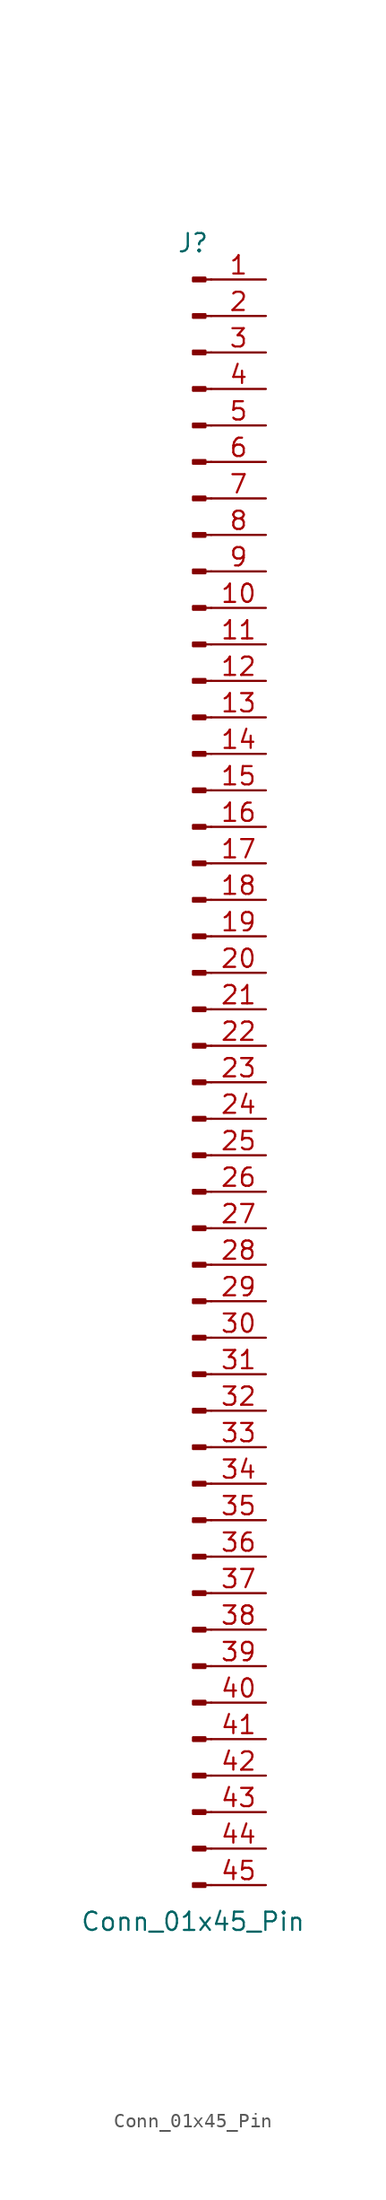
<source format=kicad_sym>
(kicad_symbol_lib
  (version 20220914)
  (generator kicad_symbol_editor)
  (symbol "Conn_01x45_Pin"
    (pin_names
      (offset 1.016) hide)
    (property "Reference" "J"
      (at 0 58.42 0)
      (effects (font (size 1.27 1.27))))
    (property "Value" "Conn_01x45_Pin"
      (at 0 -58.42 0)
      (effects (font (size 1.27 1.27))))
    (property "ki_locked" ""
      (at 0 0 0)
      (effects (font (size 1.27 1.27))))
    (symbol "Conn_01x45_Pin_1_1"
      (polyline (pts (xy 1.27 -55.88) (xy 0.864 -55.88)) (stroke (width 0.152) (type default)) (fill (type none)))
      (polyline (pts (xy 1.27 -53.34) (xy 0.864 -53.34)) (stroke (width 0.152) (type default)) (fill (type none)))
      (polyline (pts (xy 1.27 -50.8) (xy 0.864 -50.8)) (stroke (width 0.152) (type default)) (fill (type none)))
      (polyline (pts (xy 1.27 -48.26) (xy 0.864 -48.26)) (stroke (width 0.152) (type default)) (fill (type none)))
      (polyline (pts (xy 1.27 -45.72) (xy 0.864 -45.72)) (stroke (width 0.152) (type default)) (fill (type none)))
      (polyline (pts (xy 1.27 -43.18) (xy 0.864 -43.18)) (stroke (width 0.152) (type default)) (fill (type none)))
      (polyline (pts (xy 1.27 -40.64) (xy 0.864 -40.64)) (stroke (width 0.152) (type default)) (fill (type none)))
      (polyline (pts (xy 1.27 -38.1) (xy 0.864 -38.1)) (stroke (width 0.152) (type default)) (fill (type none)))
      (polyline (pts (xy 1.27 -35.56) (xy 0.864 -35.56)) (stroke (width 0.152) (type default)) (fill (type none)))
      (polyline (pts (xy 1.27 -33.02) (xy 0.864 -33.02)) (stroke (width 0.152) (type default)) (fill (type none)))
      (polyline (pts (xy 1.27 -30.48) (xy 0.864 -30.48)) (stroke (width 0.152) (type default)) (fill (type none)))
      (polyline (pts (xy 1.27 -27.94) (xy 0.864 -27.94)) (stroke (width 0.152) (type default)) (fill (type none)))
      (polyline (pts (xy 1.27 -25.4) (xy 0.864 -25.4)) (stroke (width 0.152) (type default)) (fill (type none)))
      (polyline (pts (xy 1.27 -22.86) (xy 0.864 -22.86)) (stroke (width 0.152) (type default)) (fill (type none)))
      (polyline (pts (xy 1.27 -20.32) (xy 0.864 -20.32)) (stroke (width 0.152) (type default)) (fill (type none)))
      (polyline (pts (xy 1.27 -17.78) (xy 0.864 -17.78)) (stroke (width 0.152) (type default)) (fill (type none)))
      (polyline (pts (xy 1.27 -15.24) (xy 0.864 -15.24)) (stroke (width 0.152) (type default)) (fill (type none)))
      (polyline (pts (xy 1.27 -12.7) (xy 0.864 -12.7)) (stroke (width 0.152) (type default)) (fill (type none)))
      (polyline (pts (xy 1.27 -10.16) (xy 0.864 -10.16)) (stroke (width 0.152) (type default)) (fill (type none)))
      (polyline (pts (xy 1.27 -7.62) (xy 0.864 -7.62)) (stroke (width 0.152) (type default)) (fill (type none)))
      (polyline (pts (xy 1.27 -5.08) (xy 0.864 -5.08)) (stroke (width 0.152) (type default)) (fill (type none)))
      (polyline (pts (xy 1.27 -2.54) (xy 0.864 -2.54)) (stroke (width 0.152) (type default)) (fill (type none)))
      (polyline (pts (xy 1.27 0) (xy 0.864 0)) (stroke (width 0.152) (type default)) (fill (type none)))
      (polyline (pts (xy 1.27 2.54) (xy 0.864 2.54)) (stroke (width 0.152) (type default)) (fill (type none)))
      (polyline (pts (xy 1.27 5.08) (xy 0.864 5.08)) (stroke (width 0.152) (type default)) (fill (type none)))
      (polyline (pts (xy 1.27 7.62) (xy 0.864 7.62)) (stroke (width 0.152) (type default)) (fill (type none)))
      (polyline (pts (xy 1.27 10.16) (xy 0.864 10.16)) (stroke (width 0.152) (type default)) (fill (type none)))
      (polyline (pts (xy 1.27 12.7) (xy 0.864 12.7)) (stroke (width 0.152) (type default)) (fill (type none)))
      (polyline (pts (xy 1.27 15.24) (xy 0.864 15.24)) (stroke (width 0.152) (type default)) (fill (type none)))
      (polyline (pts (xy 1.27 17.78) (xy 0.864 17.78)) (stroke (width 0.152) (type default)) (fill (type none)))
      (polyline (pts (xy 1.27 20.32) (xy 0.864 20.32)) (stroke (width 0.152) (type default)) (fill (type none)))
      (polyline (pts (xy 1.27 22.86) (xy 0.864 22.86)) (stroke (width 0.152) (type default)) (fill (type none)))
      (polyline (pts (xy 1.27 25.4) (xy 0.864 25.4)) (stroke (width 0.152) (type default)) (fill (type none)))
      (polyline (pts (xy 1.27 27.94) (xy 0.864 27.94)) (stroke (width 0.152) (type default)) (fill (type none)))
      (polyline (pts (xy 1.27 30.48) (xy 0.864 30.48)) (stroke (width 0.152) (type default)) (fill (type none)))
      (polyline (pts (xy 1.27 33.02) (xy 0.864 33.02)) (stroke (width 0.152) (type default)) (fill (type none)))
      (polyline (pts (xy 1.27 35.56) (xy 0.864 35.56)) (stroke (width 0.152) (type default)) (fill (type none)))
      (polyline (pts (xy 1.27 38.1) (xy 0.864 38.1)) (stroke (width 0.152) (type default)) (fill (type none)))
      (polyline (pts (xy 1.27 40.64) (xy 0.864 40.64)) (stroke (width 0.152) (type default)) (fill (type none)))
      (polyline (pts (xy 1.27 43.18) (xy 0.864 43.18)) (stroke (width 0.152) (type default)) (fill (type none)))
      (polyline (pts (xy 1.27 45.72) (xy 0.864 45.72)) (stroke (width 0.152) (type default)) (fill (type none)))
      (polyline (pts (xy 1.27 48.26) (xy 0.864 48.26)) (stroke (width 0.152) (type default)) (fill (type none)))
      (polyline (pts (xy 1.27 50.8) (xy 0.864 50.8)) (stroke (width 0.152) (type default)) (fill (type none)))
      (polyline (pts (xy 1.27 53.34) (xy 0.864 53.34)) (stroke (width 0.152) (type default)) (fill (type none)))
      (polyline (pts (xy 1.27 55.88) (xy 0.864 55.88)) (stroke (width 0.152) (type default)) (fill (type none)))
      (rectangle (start 0.864 -55.753) (end 0 -56.007) (stroke (width 0.152) (type default)) (fill (type outline)))
      (rectangle (start 0.864 -53.213) (end 0 -53.467) (stroke (width 0.152) (type default)) (fill (type outline)))
      (rectangle (start 0.864 -50.673) (end 0 -50.927) (stroke (width 0.152) (type default)) (fill (type outline)))
      (rectangle (start 0.864 -48.133) (end 0 -48.387) (stroke (width 0.152) (type default)) (fill (type outline)))
      (rectangle (start 0.864 -45.593) (end 0 -45.847) (stroke (width 0.152) (type default)) (fill (type outline)))
      (rectangle (start 0.864 -43.053) (end 0 -43.307) (stroke (width 0.152) (type default)) (fill (type outline)))
      (rectangle (start 0.864 -40.513) (end 0 -40.767) (stroke (width 0.152) (type default)) (fill (type outline)))
      (rectangle (start 0.864 -37.973) (end 0 -38.227) (stroke (width 0.152) (type default)) (fill (type outline)))
      (rectangle (start 0.864 -35.433) (end 0 -35.687) (stroke (width 0.152) (type default)) (fill (type outline)))
      (rectangle (start 0.864 -32.893) (end 0 -33.147) (stroke (width 0.152) (type default)) (fill (type outline)))
      (rectangle (start 0.864 -30.353) (end 0 -30.607) (stroke (width 0.152) (type default)) (fill (type outline)))
      (rectangle (start 0.864 -27.813) (end 0 -28.067) (stroke (width 0.152) (type default)) (fill (type outline)))
      (rectangle (start 0.864 -25.273) (end 0 -25.527) (stroke (width 0.152) (type default)) (fill (type outline)))
      (rectangle (start 0.864 -22.733) (end 0 -22.987) (stroke (width 0.152) (type default)) (fill (type outline)))
      (rectangle (start 0.864 -20.193) (end 0 -20.447) (stroke (width 0.152) (type default)) (fill (type outline)))
      (rectangle (start 0.864 -17.653) (end 0 -17.907) (stroke (width 0.152) (type default)) (fill (type outline)))
      (rectangle (start 0.864 -15.113) (end 0 -15.367) (stroke (width 0.152) (type default)) (fill (type outline)))
      (rectangle (start 0.864 -12.573) (end 0 -12.827) (stroke (width 0.152) (type default)) (fill (type outline)))
      (rectangle (start 0.864 -10.033) (end 0 -10.287) (stroke (width 0.152) (type default)) (fill (type outline)))
      (rectangle (start 0.864 -7.493) (end 0 -7.747) (stroke (width 0.152) (type default)) (fill (type outline)))
      (rectangle (start 0.864 -4.953) (end 0 -5.207) (stroke (width 0.152) (type default)) (fill (type outline)))
      (rectangle (start 0.864 -2.413) (end 0 -2.667) (stroke (width 0.152) (type default)) (fill (type outline)))
      (rectangle (start 0.864 0.127) (end 0 -0.127) (stroke (width 0.152) (type default)) (fill (type outline)))
      (rectangle (start 0.864 2.667) (end 0 2.413) (stroke (width 0.152) (type default)) (fill (type outline)))
      (rectangle (start 0.864 5.207) (end 0 4.953) (stroke (width 0.152) (type default)) (fill (type outline)))
      (rectangle (start 0.864 7.747) (end 0 7.493) (stroke (width 0.152) (type default)) (fill (type outline)))
      (rectangle (start 0.864 10.287) (end 0 10.033) (stroke (width 0.152) (type default)) (fill (type outline)))
      (rectangle (start 0.864 12.827) (end 0 12.573) (stroke (width 0.152) (type default)) (fill (type outline)))
      (rectangle (start 0.864 15.367) (end 0 15.113) (stroke (width 0.152) (type default)) (fill (type outline)))
      (rectangle (start 0.864 17.907) (end 0 17.653) (stroke (width 0.152) (type default)) (fill (type outline)))
      (rectangle (start 0.864 20.447) (end 0 20.193) (stroke (width 0.152) (type default)) (fill (type outline)))
      (rectangle (start 0.864 22.987) (end 0 22.733) (stroke (width 0.152) (type default)) (fill (type outline)))
      (rectangle (start 0.864 25.527) (end 0 25.273) (stroke (width 0.152) (type default)) (fill (type outline)))
      (rectangle (start 0.864 28.067) (end 0 27.813) (stroke (width 0.152) (type default)) (fill (type outline)))
      (rectangle (start 0.864 30.607) (end 0 30.353) (stroke (width 0.152) (type default)) (fill (type outline)))
      (rectangle (start 0.864 33.147) (end 0 32.893) (stroke (width 0.152) (type default)) (fill (type outline)))
      (rectangle (start 0.864 35.687) (end 0 35.433) (stroke (width 0.152) (type default)) (fill (type outline)))
      (rectangle (start 0.864 38.227) (end 0 37.973) (stroke (width 0.152) (type default)) (fill (type outline)))
      (rectangle (start 0.864 40.767) (end 0 40.513) (stroke (width 0.152) (type default)) (fill (type outline)))
      (rectangle (start 0.864 43.307) (end 0 43.053) (stroke (width 0.152) (type default)) (fill (type outline)))
      (rectangle (start 0.864 45.847) (end 0 45.593) (stroke (width 0.152) (type default)) (fill (type outline)))
      (rectangle (start 0.864 48.387) (end 0 48.133) (stroke (width 0.152) (type default)) (fill (type outline)))
      (rectangle (start 0.864 50.927) (end 0 50.673) (stroke (width 0.152) (type default)) (fill (type outline)))
      (rectangle (start 0.864 53.467) (end 0 53.213) (stroke (width 0.152) (type default)) (fill (type outline)))
      (rectangle (start 0.864 56.007) (end 0 55.753) (stroke (width 0.152) (type default)) (fill (type outline)))
      (pin passive line (at 5.08 55.88 180) (length 3.81) (name "Pin_1" (effects (font (size 1.27 1.27)))) (number "1" (effects (font (size 1.27 1.27)))))
      (pin passive line (at 5.08 33.02 180) (length 3.81) (name "Pin_10" (effects (font (size 1.27 1.27)))) (number "10" (effects (font (size 1.27 1.27)))))
      (pin passive line (at 5.08 30.48 180) (length 3.81) (name "Pin_11" (effects (font (size 1.27 1.27)))) (number "11" (effects (font (size 1.27 1.27)))))
      (pin passive line (at 5.08 27.94 180) (length 3.81) (name "Pin_12" (effects (font (size 1.27 1.27)))) (number "12" (effects (font (size 1.27 1.27)))))
      (pin passive line (at 5.08 25.4 180) (length 3.81) (name "Pin_13" (effects (font (size 1.27 1.27)))) (number "13" (effects (font (size 1.27 1.27)))))
      (pin passive line (at 5.08 22.86 180) (length 3.81) (name "Pin_14" (effects (font (size 1.27 1.27)))) (number "14" (effects (font (size 1.27 1.27)))))
      (pin passive line (at 5.08 20.32 180) (length 3.81) (name "Pin_15" (effects (font (size 1.27 1.27)))) (number "15" (effects (font (size 1.27 1.27)))))
      (pin passive line (at 5.08 17.78 180) (length 3.81) (name "Pin_16" (effects (font (size 1.27 1.27)))) (number "16" (effects (font (size 1.27 1.27)))))
      (pin passive line (at 5.08 15.24 180) (length 3.81) (name "Pin_17" (effects (font (size 1.27 1.27)))) (number "17" (effects (font (size 1.27 1.27)))))
      (pin passive line (at 5.08 12.7 180) (length 3.81) (name "Pin_18" (effects (font (size 1.27 1.27)))) (number "18" (effects (font (size 1.27 1.27)))))
      (pin passive line (at 5.08 10.16 180) (length 3.81) (name "Pin_19" (effects (font (size 1.27 1.27)))) (number "19" (effects (font (size 1.27 1.27)))))
      (pin passive line (at 5.08 53.34 180) (length 3.81) (name "Pin_2" (effects (font (size 1.27 1.27)))) (number "2" (effects (font (size 1.27 1.27)))))
      (pin passive line (at 5.08 7.62 180) (length 3.81) (name "Pin_20" (effects (font (size 1.27 1.27)))) (number "20" (effects (font (size 1.27 1.27)))))
      (pin passive line (at 5.08 5.08 180) (length 3.81) (name "Pin_21" (effects (font (size 1.27 1.27)))) (number "21" (effects (font (size 1.27 1.27)))))
      (pin passive line (at 5.08 2.54 180) (length 3.81) (name "Pin_22" (effects (font (size 1.27 1.27)))) (number "22" (effects (font (size 1.27 1.27)))))
      (pin passive line (at 5.08 0 180) (length 3.81) (name "Pin_23" (effects (font (size 1.27 1.27)))) (number "23" (effects (font (size 1.27 1.27)))))
      (pin passive line (at 5.08 -2.54 180) (length 3.81) (name "Pin_24" (effects (font (size 1.27 1.27)))) (number "24" (effects (font (size 1.27 1.27)))))
      (pin passive line (at 5.08 -5.08 180) (length 3.81) (name "Pin_25" (effects (font (size 1.27 1.27)))) (number "25" (effects (font (size 1.27 1.27)))))
      (pin passive line (at 5.08 -7.62 180) (length 3.81) (name "Pin_26" (effects (font (size 1.27 1.27)))) (number "26" (effects (font (size 1.27 1.27)))))
      (pin passive line (at 5.08 -10.16 180) (length 3.81) (name "Pin_27" (effects (font (size 1.27 1.27)))) (number "27" (effects (font (size 1.27 1.27)))))
      (pin passive line (at 5.08 -12.7 180) (length 3.81) (name "Pin_28" (effects (font (size 1.27 1.27)))) (number "28" (effects (font (size 1.27 1.27)))))
      (pin passive line (at 5.08 -15.24 180) (length 3.81) (name "Pin_29" (effects (font (size 1.27 1.27)))) (number "29" (effects (font (size 1.27 1.27)))))
      (pin passive line (at 5.08 50.8 180) (length 3.81) (name "Pin_3" (effects (font (size 1.27 1.27)))) (number "3" (effects (font (size 1.27 1.27)))))
      (pin passive line (at 5.08 -17.78 180) (length 3.81) (name "Pin_30" (effects (font (size 1.27 1.27)))) (number "30" (effects (font (size 1.27 1.27)))))
      (pin passive line (at 5.08 -20.32 180) (length 3.81) (name "Pin_31" (effects (font (size 1.27 1.27)))) (number "31" (effects (font (size 1.27 1.27)))))
      (pin passive line (at 5.08 -22.86 180) (length 3.81) (name "Pin_32" (effects (font (size 1.27 1.27)))) (number "32" (effects (font (size 1.27 1.27)))))
      (pin passive line (at 5.08 -25.4 180) (length 3.81) (name "Pin_33" (effects (font (size 1.27 1.27)))) (number "33" (effects (font (size 1.27 1.27)))))
      (pin passive line (at 5.08 -27.94 180) (length 3.81) (name "Pin_34" (effects (font (size 1.27 1.27)))) (number "34" (effects (font (size 1.27 1.27)))))
      (pin passive line (at 5.08 -30.48 180) (length 3.81) (name "Pin_35" (effects (font (size 1.27 1.27)))) (number "35" (effects (font (size 1.27 1.27)))))
      (pin passive line (at 5.08 -33.02 180) (length 3.81) (name "Pin_36" (effects (font (size 1.27 1.27)))) (number "36" (effects (font (size 1.27 1.27)))))
      (pin passive line (at 5.08 -35.56 180) (length 3.81) (name "Pin_37" (effects (font (size 1.27 1.27)))) (number "37" (effects (font (size 1.27 1.27)))))
      (pin passive line (at 5.08 -38.1 180) (length 3.81) (name "Pin_38" (effects (font (size 1.27 1.27)))) (number "38" (effects (font (size 1.27 1.27)))))
      (pin passive line (at 5.08 -40.64 180) (length 3.81) (name "Pin_39" (effects (font (size 1.27 1.27)))) (number "39" (effects (font (size 1.27 1.27)))))
      (pin passive line (at 5.08 48.26 180) (length 3.81) (name "Pin_4" (effects (font (size 1.27 1.27)))) (number "4" (effects (font (size 1.27 1.27)))))
      (pin passive line (at 5.08 -43.18 180) (length 3.81) (name "Pin_40" (effects (font (size 1.27 1.27)))) (number "40" (effects (font (size 1.27 1.27)))))
      (pin passive line (at 5.08 -45.72 180) (length 3.81) (name "Pin_41" (effects (font (size 1.27 1.27)))) (number "41" (effects (font (size 1.27 1.27)))))
      (pin passive line (at 5.08 -48.26 180) (length 3.81) (name "Pin_42" (effects (font (size 1.27 1.27)))) (number "42" (effects (font (size 1.27 1.27)))))
      (pin passive line (at 5.08 -50.8 180) (length 3.81) (name "Pin_43" (effects (font (size 1.27 1.27)))) (number "43" (effects (font (size 1.27 1.27)))))
      (pin passive line (at 5.08 -53.34 180) (length 3.81) (name "Pin_44" (effects (font (size 1.27 1.27)))) (number "44" (effects (font (size 1.27 1.27)))))
      (pin passive line (at 5.08 -55.88 180) (length 3.81) (name "Pin_45" (effects (font (size 1.27 1.27)))) (number "45" (effects (font (size 1.27 1.27)))))
      (pin passive line (at 5.08 45.72 180) (length 3.81) (name "Pin_5" (effects (font (size 1.27 1.27)))) (number "5" (effects (font (size 1.27 1.27)))))
      (pin passive line (at 5.08 43.18 180) (length 3.81) (name "Pin_6" (effects (font (size 1.27 1.27)))) (number "6" (effects (font (size 1.27 1.27)))))
      (pin passive line (at 5.08 40.64 180) (length 3.81) (name "Pin_7" (effects (font (size 1.27 1.27)))) (number "7" (effects (font (size 1.27 1.27)))))
      (pin passive line (at 5.08 38.1 180) (length 3.81) (name "Pin_8" (effects (font (size 1.27 1.27)))) (number "8" (effects (font (size 1.27 1.27)))))
      (pin passive line (at 5.08 35.56 180) (length 3.81) (name "Pin_9" (effects (font (size 1.27 1.27)))) (number "9" (effects (font (size 1.27 1.27))))))))
</source>
